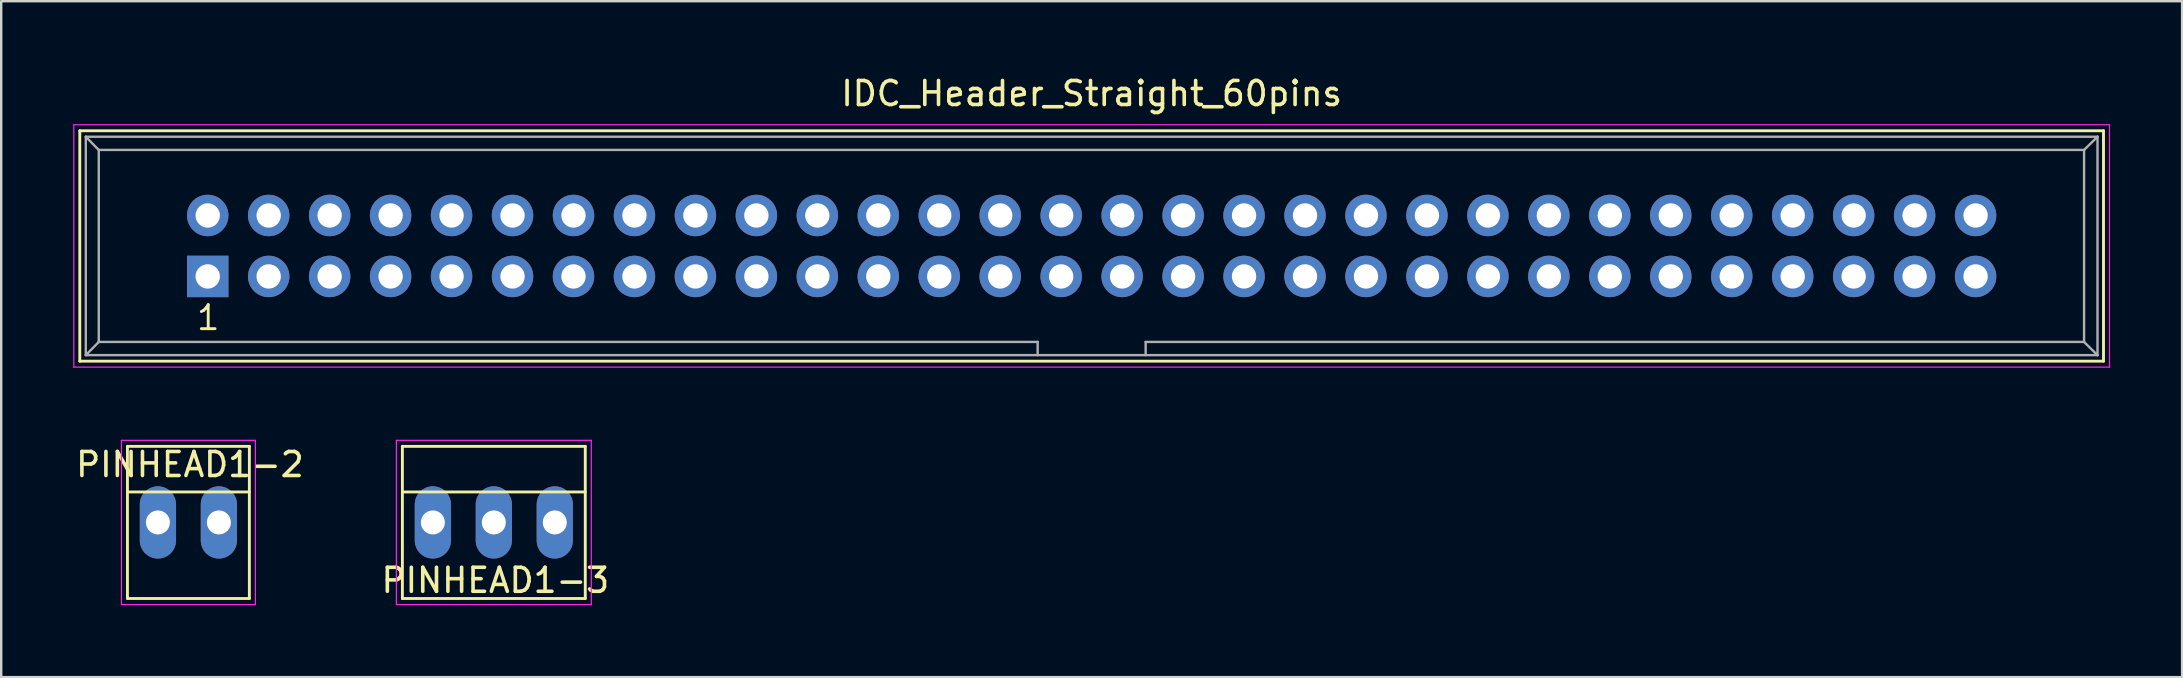
<source format=kicad_pcb>
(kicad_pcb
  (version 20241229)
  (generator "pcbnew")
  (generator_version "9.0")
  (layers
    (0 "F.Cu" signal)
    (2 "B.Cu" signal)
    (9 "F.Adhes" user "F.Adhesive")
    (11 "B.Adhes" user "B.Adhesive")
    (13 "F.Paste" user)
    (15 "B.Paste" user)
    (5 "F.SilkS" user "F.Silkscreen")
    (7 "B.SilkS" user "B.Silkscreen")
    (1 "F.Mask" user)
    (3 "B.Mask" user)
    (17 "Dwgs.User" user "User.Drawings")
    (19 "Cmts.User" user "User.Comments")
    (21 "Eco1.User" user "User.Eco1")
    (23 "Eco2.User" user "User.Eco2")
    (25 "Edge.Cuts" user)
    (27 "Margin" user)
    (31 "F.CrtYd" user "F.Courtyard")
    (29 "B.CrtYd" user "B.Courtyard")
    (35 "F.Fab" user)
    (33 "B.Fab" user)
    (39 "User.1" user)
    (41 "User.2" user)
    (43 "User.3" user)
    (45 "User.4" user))
  (footprint "PINHEAD1-3"
    (layer "F.Cu")
    (at 14.986 18.718)
    (property "Reference" "PINHEAD1-3" (at 2.603 2.413 0) (layer "F.SilkS") (effects (font (size 1 1) (thickness 0.15))))
    (attr through_hole)
    (fp_line (start -1.27 -3.17) (end -1.27 3.17) (stroke (width 0.12) (type solid)) (layer "F.SilkS"))
    (fp_line (start -1.27 -3.17) (end 6.35 -3.17) (stroke (width 0.12) (type solid)) (layer "F.SilkS"))
    (fp_line (start 6.35 -3.17) (end 6.35 3.17) (stroke (width 0.12) (type solid)) (layer "F.SilkS"))
    (fp_line (start 6.35 -1.27) (end -1.27 -1.27) (stroke (width 0.12) (type solid)) (layer "F.SilkS"))
    (fp_line (start 6.35 3.17) (end -1.27 3.17) (stroke (width 0.12) (type solid)) (layer "F.SilkS"))
    (fp_line (start -1.52 -3.42) (end -1.52 3.42) (stroke (width 0.05) (type solid)) (layer "F.CrtYd"))
    (fp_line (start -1.52 -3.42) (end 6.6 -3.42) (stroke (width 0.05) (type solid)) (layer "F.CrtYd"))
    (fp_line (start 6.6 3.42) (end -1.52 3.42) (stroke (width 0.05) (type solid)) (layer "F.CrtYd"))
    (fp_line (start 6.6 3.42) (end 6.6 -3.42) (stroke (width 0.05) (type solid)) (layer "F.CrtYd"))
    (pad "1" thru_hole oval (at 0 0) (size 1.51 3.01) (drill 1) (layers "*.Cu" "*.Mask"))
    (pad "2" thru_hole oval (at 2.54 0) (size 1.51 3.01) (drill 1) (layers "*.Cu" "*.Mask"))
    (pad "3" thru_hole oval (at 5.08 0) (size 1.51 3.01) (drill 1) (layers "*.Cu" "*.Mask")))
  (footprint "PINHEAD1-2"
    (layer "F.Cu")
    (at 3.53 18.718)
    (property "Reference" "PINHEAD1-2" (at 1.333 -2.413 0) (layer "F.SilkS") (effects (font (size 1 1) (thickness 0.15))))
    (attr through_hole)
    (fp_line (start -1.27 -3.17) (end -1.27 3.17) (stroke (width 0.12) (type solid)) (layer "F.SilkS"))
    (fp_line (start -1.27 -3.17) (end 3.81 -3.17) (stroke (width 0.12) (type solid)) (layer "F.SilkS"))
    (fp_line (start 3.81 -3.17) (end 3.81 3.17) (stroke (width 0.12) (type solid)) (layer "F.SilkS"))
    (fp_line (start 3.81 -1.27) (end -1.27 -1.27) (stroke (width 0.12) (type solid)) (layer "F.SilkS"))
    (fp_line (start 3.81 3.17) (end -1.27 3.17) (stroke (width 0.12) (type solid)) (layer "F.SilkS"))
    (fp_line (start -1.52 -3.42) (end -1.52 3.42) (stroke (width 0.05) (type solid)) (layer "F.CrtYd"))
    (fp_line (start -1.52 -3.42) (end 4.06 -3.42) (stroke (width 0.05) (type solid)) (layer "F.CrtYd"))
    (fp_line (start 4.06 3.42) (end -1.52 3.42) (stroke (width 0.05) (type solid)) (layer "F.CrtYd"))
    (fp_line (start 4.06 3.42) (end 4.06 -3.42) (stroke (width 0.05) (type solid)) (layer "F.CrtYd"))
    (pad "1" thru_hole oval (at 0 0) (size 1.51 3.01) (drill 1) (layers "*.Cu" "*.Mask"))
    (pad "2" thru_hole oval (at 2.54 0) (size 1.51 3.01) (drill 1) (layers "*.Cu" "*.Mask")))
  (footprint "IDC_Header_Straight_60pins"
    (layer "F.Cu")
    (at 5.605 8.468)
    (property "Reference" "IDC_Header_Straight_60pins" (at 36.83 -7.62 0) (layer "F.SilkS") (effects (font (size 1 1) (thickness 0.15))))
    (attr through_hole)
    (fp_line (start -5.33 -6.07) (end 78.99 -6.07) (stroke (width 0.12) (type solid)) (layer "F.SilkS"))
    (fp_line (start -5.33 3.53) (end -5.33 -6.07) (stroke (width 0.12) (type solid)) (layer "F.SilkS"))
    (fp_line (start 78.99 -6.07) (end 78.99 3.53) (stroke (width 0.12) (type solid)) (layer "F.SilkS"))
    (fp_line (start 78.99 3.53) (end -5.33 3.53) (stroke (width 0.12) (type solid)) (layer "F.SilkS"))
    (fp_line (start -5.58 -6.32) (end 79.24 -6.32) (stroke (width 0.05) (type solid)) (layer "F.CrtYd"))
    (fp_line (start -5.58 3.78) (end -5.58 -6.32) (stroke (width 0.05) (type solid)) (layer "F.CrtYd"))
    (fp_line (start 79.24 -6.32) (end 79.24 3.78) (stroke (width 0.05) (type solid)) (layer "F.CrtYd"))
    (fp_line (start 79.24 3.78) (end -5.58 3.78) (stroke (width 0.05) (type solid)) (layer "F.CrtYd"))
    (fp_line (start -5.08 -5.82) (end -5.08 3.28) (stroke (width 0.1) (type solid)) (layer "F.Fab"))
    (fp_line (start -5.08 -5.82) (end -4.54 -5.27) (stroke (width 0.1) (type solid)) (layer "F.Fab"))
    (fp_line (start -5.08 -5.82) (end 78.74 -5.82) (stroke (width 0.1) (type solid)) (layer "F.Fab"))
    (fp_line (start -5.08 3.28) (end -4.54 2.73) (stroke (width 0.1) (type solid)) (layer "F.Fab"))
    (fp_line (start -5.08 3.28) (end 78.74 3.28) (stroke (width 0.1) (type solid)) (layer "F.Fab"))
    (fp_line (start -4.54 -5.27) (end -4.54 2.73) (stroke (width 0.1) (type solid)) (layer "F.Fab"))
    (fp_line (start -4.54 -5.27) (end 78.18 -5.27) (stroke (width 0.1) (type solid)) (layer "F.Fab"))
    (fp_line (start -4.54 2.73) (end 34.58 2.73) (stroke (width 0.1) (type solid)) (layer "F.Fab"))
    (fp_line (start 34.58 2.73) (end 34.58 3.28) (stroke (width 0.1) (type solid)) (layer "F.Fab"))
    (fp_line (start 39.08 2.73) (end 39.08 3.28) (stroke (width 0.1) (type solid)) (layer "F.Fab"))
    (fp_line (start 39.08 2.73) (end 78.18 2.73) (stroke (width 0.1) (type solid)) (layer "F.Fab"))
    (fp_line (start 78.18 -5.27) (end 78.18 2.73) (stroke (width 0.1) (type solid)) (layer "F.Fab"))
    (fp_line (start 78.74 -5.82) (end 78.18 -5.27) (stroke (width 0.1) (type solid)) (layer "F.Fab"))
    (fp_line (start 78.74 -5.82) (end 78.74 3.28) (stroke (width 0.1) (type solid)) (layer "F.Fab"))
    (fp_line (start 78.74 3.28) (end 78.18 2.73) (stroke (width 0.1) (type solid)) (layer "F.Fab"))
    (fp_text user "1" (at 0.02 1.72 0) (layer "F.SilkS") (effects (font (size 1 1) (thickness 0.12))))
    (pad "1" thru_hole rect (at 0 0) (size 1.727 1.727) (drill 1.016) (layers "*.Cu" "*.Mask"))
    (pad "2" thru_hole oval (at 0 -2.54) (size 1.727 1.727) (drill 1.016) (layers "*.Cu" "*.Mask"))
    (pad "3" thru_hole oval (at 2.54 0) (size 1.727 1.727) (drill 1.016) (layers "*.Cu" "*.Mask"))
    (pad "4" thru_hole oval (at 2.54 -2.54) (size 1.727 1.727) (drill 1.016) (layers "*.Cu" "*.Mask"))
    (pad "5" thru_hole oval (at 5.08 0) (size 1.727 1.727) (drill 1.016) (layers "*.Cu" "*.Mask"))
    (pad "6" thru_hole oval (at 5.08 -2.54) (size 1.727 1.727) (drill 1.016) (layers "*.Cu" "*.Mask"))
    (pad "7" thru_hole oval (at 7.62 0) (size 1.727 1.727) (drill 1.016) (layers "*.Cu" "*.Mask"))
    (pad "8" thru_hole oval (at 7.62 -2.54) (size 1.727 1.727) (drill 1.016) (layers "*.Cu" "*.Mask"))
    (pad "9" thru_hole oval (at 10.16 0) (size 1.727 1.727) (drill 1.016) (layers "*.Cu" "*.Mask"))
    (pad "10" thru_hole oval (at 10.16 -2.54) (size 1.727 1.727) (drill 1.016) (layers "*.Cu" "*.Mask"))
    (pad "11" thru_hole oval (at 12.7 0) (size 1.727 1.727) (drill 1.016) (layers "*.Cu" "*.Mask"))
    (pad "12" thru_hole oval (at 12.7 -2.54) (size 1.727 1.727) (drill 1.016) (layers "*.Cu" "*.Mask"))
    (pad "13" thru_hole oval (at 15.24 0) (size 1.727 1.727) (drill 1.016) (layers "*.Cu" "*.Mask"))
    (pad "14" thru_hole oval (at 15.24 -2.54) (size 1.727 1.727) (drill 1.016) (layers "*.Cu" "*.Mask"))
    (pad "15" thru_hole oval (at 17.78 0) (size 1.727 1.727) (drill 1.016) (layers "*.Cu" "*.Mask"))
    (pad "16" thru_hole oval (at 17.78 -2.54) (size 1.727 1.727) (drill 1.016) (layers "*.Cu" "*.Mask"))
    (pad "17" thru_hole oval (at 20.32 0) (size 1.727 1.727) (drill 1.016) (layers "*.Cu" "*.Mask"))
    (pad "18" thru_hole oval (at 20.32 -2.54) (size 1.727 1.727) (drill 1.016) (layers "*.Cu" "*.Mask"))
    (pad "19" thru_hole oval (at 22.86 0) (size 1.727 1.727) (drill 1.016) (layers "*.Cu" "*.Mask"))
    (pad "20" thru_hole oval (at 22.86 -2.54) (size 1.727 1.727) (drill 1.016) (layers "*.Cu" "*.Mask"))
    (pad "21" thru_hole oval (at 25.4 0) (size 1.727 1.727) (drill 1.016) (layers "*.Cu" "*.Mask"))
    (pad "22" thru_hole oval (at 25.4 -2.54) (size 1.727 1.727) (drill 1.016) (layers "*.Cu" "*.Mask"))
    (pad "23" thru_hole oval (at 27.94 0) (size 1.727 1.727) (drill 1.016) (layers "*.Cu" "*.Mask"))
    (pad "24" thru_hole oval (at 27.94 -2.54) (size 1.727 1.727) (drill 1.016) (layers "*.Cu" "*.Mask"))
    (pad "25" thru_hole oval (at 30.48 0) (size 1.727 1.727) (drill 1.016) (layers "*.Cu" "*.Mask"))
    (pad "26" thru_hole oval (at 30.48 -2.54) (size 1.727 1.727) (drill 1.016) (layers "*.Cu" "*.Mask"))
    (pad "27" thru_hole oval (at 33.02 0) (size 1.727 1.727) (drill 1.016) (layers "*.Cu" "*.Mask"))
    (pad "28" thru_hole oval (at 33.02 -2.54) (size 1.727 1.727) (drill 1.016) (layers "*.Cu" "*.Mask"))
    (pad "29" thru_hole oval (at 35.56 0) (size 1.727 1.727) (drill 1.016) (layers "*.Cu" "*.Mask"))
    (pad "30" thru_hole oval (at 35.56 -2.54) (size 1.727 1.727) (drill 1.016) (layers "*.Cu" "*.Mask"))
    (pad "31" thru_hole oval (at 38.1 0) (size 1.727 1.727) (drill 1.016) (layers "*.Cu" "*.Mask"))
    (pad "32" thru_hole oval (at 38.1 -2.54) (size 1.727 1.727) (drill 1.016) (layers "*.Cu" "*.Mask"))
    (pad "33" thru_hole oval (at 40.64 0) (size 1.727 1.727) (drill 1.016) (layers "*.Cu" "*.Mask"))
    (pad "34" thru_hole oval (at 40.64 -2.54) (size 1.727 1.727) (drill 1.016) (layers "*.Cu" "*.Mask"))
    (pad "35" thru_hole oval (at 43.18 0) (size 1.727 1.727) (drill 1.016) (layers "*.Cu" "*.Mask"))
    (pad "36" thru_hole oval (at 43.18 -2.54) (size 1.727 1.727) (drill 1.016) (layers "*.Cu" "*.Mask"))
    (pad "37" thru_hole oval (at 45.72 0) (size 1.727 1.727) (drill 1.016) (layers "*.Cu" "*.Mask"))
    (pad "38" thru_hole oval (at 45.72 -2.54) (size 1.727 1.727) (drill 1.016) (layers "*.Cu" "*.Mask"))
    (pad "39" thru_hole oval (at 48.26 0) (size 1.727 1.727) (drill 1.016) (layers "*.Cu" "*.Mask"))
    (pad "40" thru_hole oval (at 48.26 -2.54) (size 1.727 1.727) (drill 1.016) (layers "*.Cu" "*.Mask"))
    (pad "41" thru_hole oval (at 50.8 0) (size 1.727 1.727) (drill 1.016) (layers "*.Cu" "*.Mask"))
    (pad "42" thru_hole oval (at 50.8 -2.54) (size 1.727 1.727) (drill 1.016) (layers "*.Cu" "*.Mask"))
    (pad "43" thru_hole oval (at 53.34 0) (size 1.727 1.727) (drill 1.016) (layers "*.Cu" "*.Mask"))
    (pad "44" thru_hole oval (at 53.34 -2.54) (size 1.727 1.727) (drill 1.016) (layers "*.Cu" "*.Mask"))
    (pad "45" thru_hole oval (at 55.88 0) (size 1.727 1.727) (drill 1.016) (layers "*.Cu" "*.Mask"))
    (pad "46" thru_hole oval (at 55.88 -2.54) (size 1.727 1.727) (drill 1.016) (layers "*.Cu" "*.Mask"))
    (pad "47" thru_hole oval (at 58.42 0) (size 1.727 1.727) (drill 1.016) (layers "*.Cu" "*.Mask"))
    (pad "48" thru_hole oval (at 58.42 -2.54) (size 1.727 1.727) (drill 1.016) (layers "*.Cu" "*.Mask"))
    (pad "49" thru_hole oval (at 60.96 0) (size 1.727 1.727) (drill 1.016) (layers "*.Cu" "*.Mask"))
    (pad "50" thru_hole oval (at 60.96 -2.54) (size 1.727 1.727) (drill 1.016) (layers "*.Cu" "*.Mask"))
    (pad "51" thru_hole oval (at 63.5 0) (size 1.727 1.727) (drill 1.016) (layers "*.Cu" "*.Mask"))
    (pad "52" thru_hole oval (at 63.5 -2.54) (size 1.727 1.727) (drill 1.016) (layers "*.Cu" "*.Mask"))
    (pad "53" thru_hole oval (at 66.04 0) (size 1.727 1.727) (drill 1.016) (layers "*.Cu" "*.Mask"))
    (pad "54" thru_hole oval (at 66.04 -2.54) (size 1.727 1.727) (drill 1.016) (layers "*.Cu" "*.Mask"))
    (pad "55" thru_hole oval (at 68.58 0) (size 1.727 1.727) (drill 1.016) (layers "*.Cu" "*.Mask"))
    (pad "56" thru_hole oval (at 68.58 -2.54) (size 1.727 1.727) (drill 1.016) (layers "*.Cu" "*.Mask"))
    (pad "57" thru_hole oval (at 71.12 0) (size 1.727 1.727) (drill 1.016) (layers "*.Cu" "*.Mask"))
    (pad "58" thru_hole oval (at 71.12 -2.54) (size 1.727 1.727) (drill 1.016) (layers "*.Cu" "*.Mask"))
    (pad "59" thru_hole oval (at 73.66 0) (size 1.727 1.727) (drill 1.016) (layers "*.Cu" "*.Mask"))
    (pad "60" thru_hole oval (at 73.66 -2.54) (size 1.727 1.727) (drill 1.016) (layers "*.Cu" "*.Mask")))
  (gr_rect
    (start -3 -3)
    (end 87.87 25.163)
    (stroke (width 0.1) (type default))
    (fill no)
    (layer "Edge.Cuts")))
</source>
